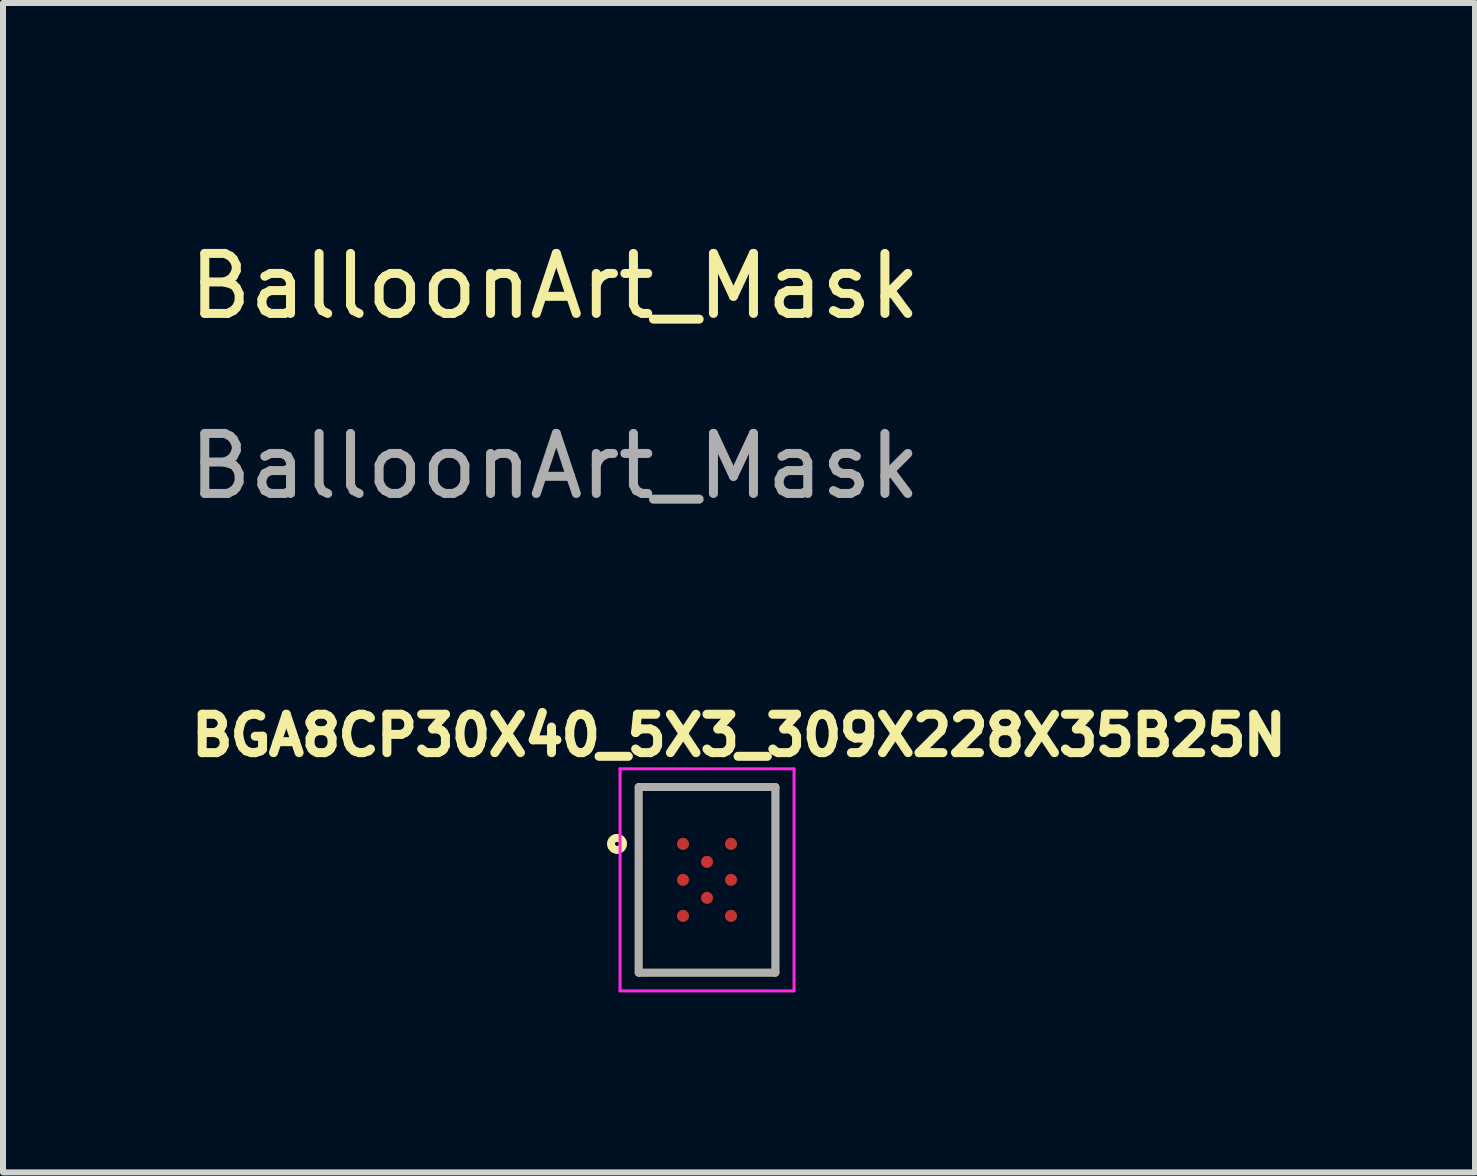
<source format=kicad_pcb>
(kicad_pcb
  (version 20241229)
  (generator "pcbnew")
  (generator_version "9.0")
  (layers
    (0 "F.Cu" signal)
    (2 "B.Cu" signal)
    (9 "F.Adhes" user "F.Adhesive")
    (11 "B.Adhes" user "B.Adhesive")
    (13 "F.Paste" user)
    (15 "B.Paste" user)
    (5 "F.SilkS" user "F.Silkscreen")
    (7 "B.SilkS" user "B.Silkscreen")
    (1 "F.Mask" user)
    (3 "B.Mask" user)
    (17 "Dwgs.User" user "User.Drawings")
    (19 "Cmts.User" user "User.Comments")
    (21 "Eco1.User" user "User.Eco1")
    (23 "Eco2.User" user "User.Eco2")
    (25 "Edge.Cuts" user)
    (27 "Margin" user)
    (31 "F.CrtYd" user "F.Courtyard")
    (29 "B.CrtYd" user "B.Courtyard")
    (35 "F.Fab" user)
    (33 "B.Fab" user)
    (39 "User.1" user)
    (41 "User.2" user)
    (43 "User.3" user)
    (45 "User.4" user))
  (footprint "BGA8CP30X40_5X3_309X228X35B25N"
    (layer "F.Cu")
    (at 8.732 11.612)
    (property "Reference" "BGA8CP30X40_5X3_309X228X35B25N" (at 0.532 -2.408 0) (layer "F.SilkS") (effects (font (size 0.64 0.64) (thickness 0.15))))
    (attr smd)
    (fp_line (start -1.14 -1.546) (end -1.14 1.546) (stroke (width 0.127) (type solid)) (layer "F.SilkS"))
    (fp_line (start -1.14 1.546) (end 1.14 1.546) (stroke (width 0.127) (type solid)) (layer "F.SilkS"))
    (fp_line (start 1.14 -1.546) (end -1.14 -1.546) (stroke (width 0.127) (type solid)) (layer "F.SilkS"))
    (fp_line (start 1.14 1.546) (end 1.14 -1.546) (stroke (width 0.127) (type solid)) (layer "F.SilkS"))
    (fp_circle (center -1.5 -0.6) (end -1.4 -0.6) (stroke (width 0.127) (type solid)) (fill no) (layer "F.SilkS"))
    (fp_circle (center -1.5 -0.6) (end -1.4 -0.6) (stroke (width 0.127) (type solid)) (fill no) (layer "F.SilkS"))
    (fp_line (start -1.45 -1.85) (end 1.45 -1.85) (stroke (width 0.05) (type solid)) (layer "F.CrtYd"))
    (fp_line (start -1.45 1.85) (end -1.45 -1.85) (stroke (width 0.05) (type solid)) (layer "F.CrtYd"))
    (fp_line (start 1.45 -1.85) (end 1.45 1.85) (stroke (width 0.05) (type solid)) (layer "F.CrtYd"))
    (fp_line (start 1.45 1.85) (end -1.45 1.85) (stroke (width 0.05) (type solid)) (layer "F.CrtYd"))
    (fp_line (start -1.14 -1.546) (end -1.14 1.546) (stroke (width 0.127) (type solid)) (layer "F.Fab"))
    (fp_line (start -1.14 1.546) (end 1.14 1.546) (stroke (width 0.127) (type solid)) (layer "F.Fab"))
    (fp_line (start 1.14 -1.546) (end -1.14 -1.546) (stroke (width 0.127) (type solid)) (layer "F.Fab"))
    (fp_line (start 1.14 1.546) (end 1.14 -1.546) (stroke (width 0.127) (type solid)) (layer "F.Fab"))
    (pad "A1" smd circle (at -0.4 -0.6) (size 0.2 0.2) (layers "F.Cu" "F.Mask" "F.Paste"))
    (pad "A3" smd circle (at 0.4 -0.6) (size 0.2 0.2) (layers "F.Cu" "F.Mask" "F.Paste"))
    (pad "B2" smd circle (at 0 -0.3) (size 0.2 0.2) (layers "F.Cu" "F.Mask" "F.Paste"))
    (pad "C1" smd circle (at -0.4 0) (size 0.2 0.2) (layers "F.Cu" "F.Mask" "F.Paste"))
    (pad "C3" smd circle (at 0.4 0) (size 0.2 0.2) (layers "F.Cu" "F.Mask" "F.Paste"))
    (pad "D2" smd circle (at 0 0.3) (size 0.2 0.2) (layers "F.Cu" "F.Mask" "F.Paste"))
    (pad "E1" smd circle (at -0.4 0.6) (size 0.2 0.2) (layers "F.Cu" "F.Mask" "F.Paste"))
    (pad "E3" smd circle (at 0.4 0.6) (size 0.2 0.2) (layers "F.Cu" "F.Mask" "F.Paste")))
  (footprint "BalloonArt_Mask"
    (layer "F.Cu")
    (at 6.196 2.218)
    (property "Reference" "BalloonArt_Mask" (at 0 -0.5 0) (unlocked yes) (layer "F.SilkS") (effects (font (size 1 1) (thickness 0.15))))
    (attr board_only exclude_from_bom)
    (fp_line (start -1.163 2.076) (end -1.23 2.127) (stroke (width 0.182) (type solid)) (layer "F.Mask"))
    (fp_line (start -1.093 2.018) (end -1.163 2.076) (stroke (width 0.182) (type solid)) (layer "F.Mask"))
    (fp_line (start -1.052 1.983) (end -1.093 2.018) (stroke (width 0.182) (type solid)) (layer "F.Mask"))
    (fp_line (start -1.01 1.945) (end -1.052 1.983) (stroke (width 0.182) (type solid)) (layer "F.Mask"))
    (fp_line (start -0.967 1.905) (end -1.01 1.945) (stroke (width 0.182) (type solid)) (layer "F.Mask"))
    (fp_line (start -0.924 1.862) (end -0.967 1.905) (stroke (width 0.182) (type solid)) (layer "F.Mask"))
    (fp_line (start -0.883 1.818) (end -0.924 1.862) (stroke (width 0.182) (type solid)) (layer "F.Mask"))
    (fp_line (start -0.844 1.772) (end -0.883 1.818) (stroke (width 0.182) (type solid)) (layer "F.Mask"))
    (fp_line (start -0.81 1.726) (end -0.844 1.772) (stroke (width 0.182) (type solid)) (layer "F.Mask"))
    (fp_line (start -0.794 1.703) (end -0.81 1.726) (stroke (width 0.182) (type solid)) (layer "F.Mask"))
    (fp_line (start -0.78 1.681) (end -0.794 1.703) (stroke (width 0.182) (type solid)) (layer "F.Mask"))
    (fp_line (start -0.767 1.658) (end -0.78 1.681) (stroke (width 0.182) (type solid)) (layer "F.Mask"))
    (fp_line (start -0.756 1.635) (end -0.767 1.658) (stroke (width 0.182) (type solid)) (layer "F.Mask"))
    (fp_line (start -0.747 1.613) (end -0.756 1.635) (stroke (width 0.182) (type solid)) (layer "F.Mask"))
    (fp_line (start -0.74 1.591) (end -0.747 1.613) (stroke (width 0.182) (type solid)) (layer "F.Mask"))
    (fp_line (start -0.74 1.591) (end -0.74 1.591) (stroke (width 0.182) (type solid)) (layer "F.Mask"))
    (fp_line (start -0.73 1.553) (end -0.74 1.591) (stroke (width 0.182) (type solid)) (layer "F.Mask"))
    (fp_line (start -0.722 1.511) (end -0.73 1.553) (stroke (width 0.182) (type solid)) (layer "F.Mask"))
    (fp_line (start -0.715 1.465) (end -0.722 1.511) (stroke (width 0.182) (type solid)) (layer "F.Mask"))
    (fp_line (start -0.709 1.416) (end -0.715 1.465) (stroke (width 0.182) (type solid)) (layer "F.Mask"))
    (fp_line (start -0.7 1.312) (end -0.709 1.416) (stroke (width 0.182) (type solid)) (layer "F.Mask"))
    (fp_line (start -0.693 1.205) (end -0.7 1.312) (stroke (width 0.182) (type solid)) (layer "F.Mask"))
    (fp_line (start -0.682 1.005) (end -0.693 1.205) (stroke (width 0.182) (type solid)) (layer "F.Mask"))
    (fp_line (start -0.675 0.924) (end -0.682 1.005) (stroke (width 0.182) (type solid)) (layer "F.Mask"))
    (fp_line (start -0.671 0.89) (end -0.675 0.924) (stroke (width 0.182) (type solid)) (layer "F.Mask"))
    (fp_line (start -0.666 0.862) (end -0.671 0.89) (stroke (width 0.182) (type solid)) (layer "F.Mask"))
    (fp_line (start -0.666 0.862) (end -0.666 0.862) (stroke (width 0.182) (type solid)) (layer "F.Mask"))
    (fp_line (start -0.661 0.842) (end -0.666 0.862) (stroke (width 0.182) (type solid)) (layer "F.Mask"))
    (fp_line (start -0.656 0.823) (end -0.661 0.842) (stroke (width 0.182) (type solid)) (layer "F.Mask"))
    (fp_line (start -0.65 0.804) (end -0.656 0.823) (stroke (width 0.182) (type solid)) (layer "F.Mask"))
    (fp_line (start -0.644 0.785) (end -0.65 0.804) (stroke (width 0.182) (type solid)) (layer "F.Mask"))
    (fp_line (start -0.638 0.767) (end -0.644 0.785) (stroke (width 0.182) (type solid)) (layer "F.Mask"))
    (fp_line (start -0.632 0.75) (end -0.638 0.767) (stroke (width 0.182) (type solid)) (layer "F.Mask"))
    (fp_line (start -0.625 0.732) (end -0.632 0.75) (stroke (width 0.182) (type solid)) (layer "F.Mask"))
    (fp_line (start -0.618 0.716) (end -0.625 0.732) (stroke (width 0.182) (type solid)) (layer "F.Mask"))
    (fp_line (start -0.61 0.7) (end -0.618 0.716) (stroke (width 0.182) (type solid)) (layer "F.Mask"))
    (fp_line (start -0.603 0.684) (end -0.61 0.7) (stroke (width 0.182) (type solid)) (layer "F.Mask"))
    (fp_line (start -0.596 0.669) (end -0.603 0.684) (stroke (width 0.182) (type solid)) (layer "F.Mask"))
    (fp_line (start -0.588 0.654) (end -0.596 0.669) (stroke (width 0.182) (type solid)) (layer "F.Mask"))
    (fp_line (start -0.573 0.627) (end -0.588 0.654) (stroke (width 0.182) (type solid)) (layer "F.Mask"))
    (fp_line (start -0.558 0.602) (end -0.573 0.627) (stroke (width 0.182) (type solid)) (layer "F.Mask"))
    (fp_line (start -0.544 0.579) (end -0.558 0.602) (stroke (width 0.182) (type solid)) (layer "F.Mask"))
    (fp_line (start -0.53 0.559) (end -0.544 0.579) (stroke (width 0.182) (type solid)) (layer "F.Mask"))
    (fp_line (start -0.518 0.542) (end -0.53 0.559) (stroke (width 0.182) (type solid)) (layer "F.Mask"))
    (fp_line (start -0.507 0.527) (end -0.518 0.542) (stroke (width 0.182) (type solid)) (layer "F.Mask"))
    (fp_line (start -0.492 0.508) (end -0.507 0.527) (stroke (width 0.182) (type solid)) (layer "F.Mask"))
    (fp_line (start -0.486 0.501) (end -0.492 0.508) (stroke (width 0.182) (type solid)) (layer "F.Mask"))
    (fp_poly (pts (xy -0.336 0.631) (xy -0.672 0.485) (xy -0.442 0.186) (xy -0.274 0.259) (xy -0.336 0.631)) (stroke (width 0.003) (type solid)) (fill yes) (layer "F.Mask"))
    (fp_poly (pts (xy 0.239 -2.217) (xy 0.159 -2.214) (xy 0.079 -2.205) (xy 0.001 -2.191) (xy -0.076 -2.171) (xy -0.152 -2.146) (xy -0.226 -2.115) (xy -0.297 -2.079) (xy -0.366 -2.038) (xy -0.432 -1.992) (xy -0.495 -1.941) (xy -0.554 -1.886) (xy -0.61 -1.826) (xy -0.661 -1.761) (xy -0.708 -1.692) (xy -0.75 -1.619) (xy -0.788 -1.542) (xy -0.829 -1.433) (xy -0.863 -1.314) (xy -0.89 -1.187) (xy -0.908 -1.054) (xy -0.918 -0.918) (xy -0.92 -0.779) (xy -0.912 -0.64) (xy -0.895 -0.503) (xy -0.869 -0.37) (xy -0.833 -0.241) (xy -0.787 -0.121) (xy -0.76 -0.064) (xy -0.73 -0.009) (xy -0.698 0.042) (xy -0.663 0.091) (xy -0.625 0.137) (xy -0.585 0.179) (xy -0.542 0.217) (xy -0.495 0.251) (xy -0.446 0.281) (xy -0.394 0.307) (xy -0.34 0.327) (xy -0.285 0.343) (xy -0.228 0.353) (xy -0.171 0.359) (xy -0.112 0.36) (xy -0.053 0.357) (xy 0.006 0.349) (xy 0.066 0.338) (xy 0.126 0.322) (xy 0.186 0.303) (xy 0.246 0.28) (xy 0.306 0.254) (xy 0.365 0.225) (xy 0.424 0.194) (xy 0.54 0.122) (xy 0.652 0.041) (xy 0.758 -0.049) (xy 0.859 -0.144) (xy 0.952 -0.245) (xy 1.037 -0.348) (xy 1.111 -0.454) (xy 1.175 -0.56) (xy 1.227 -0.665) (xy 1.248 -0.718) (xy 1.267 -0.771) (xy 1.283 -0.825) (xy 1.296 -0.879) (xy 1.306 -0.934) (xy 1.313 -0.988) (xy 1.318 -1.042) (xy 1.32 -1.097) (xy 1.32 -1.151) (xy 1.317 -1.205) (xy 1.311 -1.258) (xy 1.303 -1.311) (xy 1.292 -1.364) (xy 1.279 -1.415) (xy 1.264 -1.466) (xy 1.246 -1.517) (xy 1.225 -1.566) (xy 1.203 -1.614) (xy 1.178 -1.661) (xy 1.151 -1.707) (xy 1.122 -1.752) (xy 1.09 -1.795) (xy 1.057 -1.836) (xy 1.021 -1.876) (xy 0.984 -1.915) (xy 0.944 -1.951) (xy 0.902 -1.986) (xy 0.859 -2.018) (xy 0.813 -2.049) (xy 0.766 -2.078) (xy 0.717 -2.104) (xy 0.665 -2.128) (xy 0.639 -2.138) (xy 0.613 -2.149) (xy 0.587 -2.158) (xy 0.561 -2.167) (xy 0.534 -2.175) (xy 0.507 -2.182) (xy 0.481 -2.189) (xy 0.454 -2.195) (xy 0.427 -2.2) (xy 0.4 -2.204) (xy 0.374 -2.208) (xy 0.347 -2.211) (xy 0.32 -2.214) (xy 0.293 -2.215) (xy 0.266 -2.216) (xy 0.239 -2.217)) (stroke (width 0.003) (type solid)) (fill yes) (layer "F.Mask"))
    (fp_text user "${REFERENCE}" (at 0 2.5 0) (unlocked yes) (layer "F.Fab") (effects (font (size 1 1) (thickness 0.15)))))
  (gr_rect
    (start -3 -3)
    (end 21.529 16.487)
    (stroke (width 0.1) (type default))
    (fill no)
    (layer "Edge.Cuts")))
</source>
